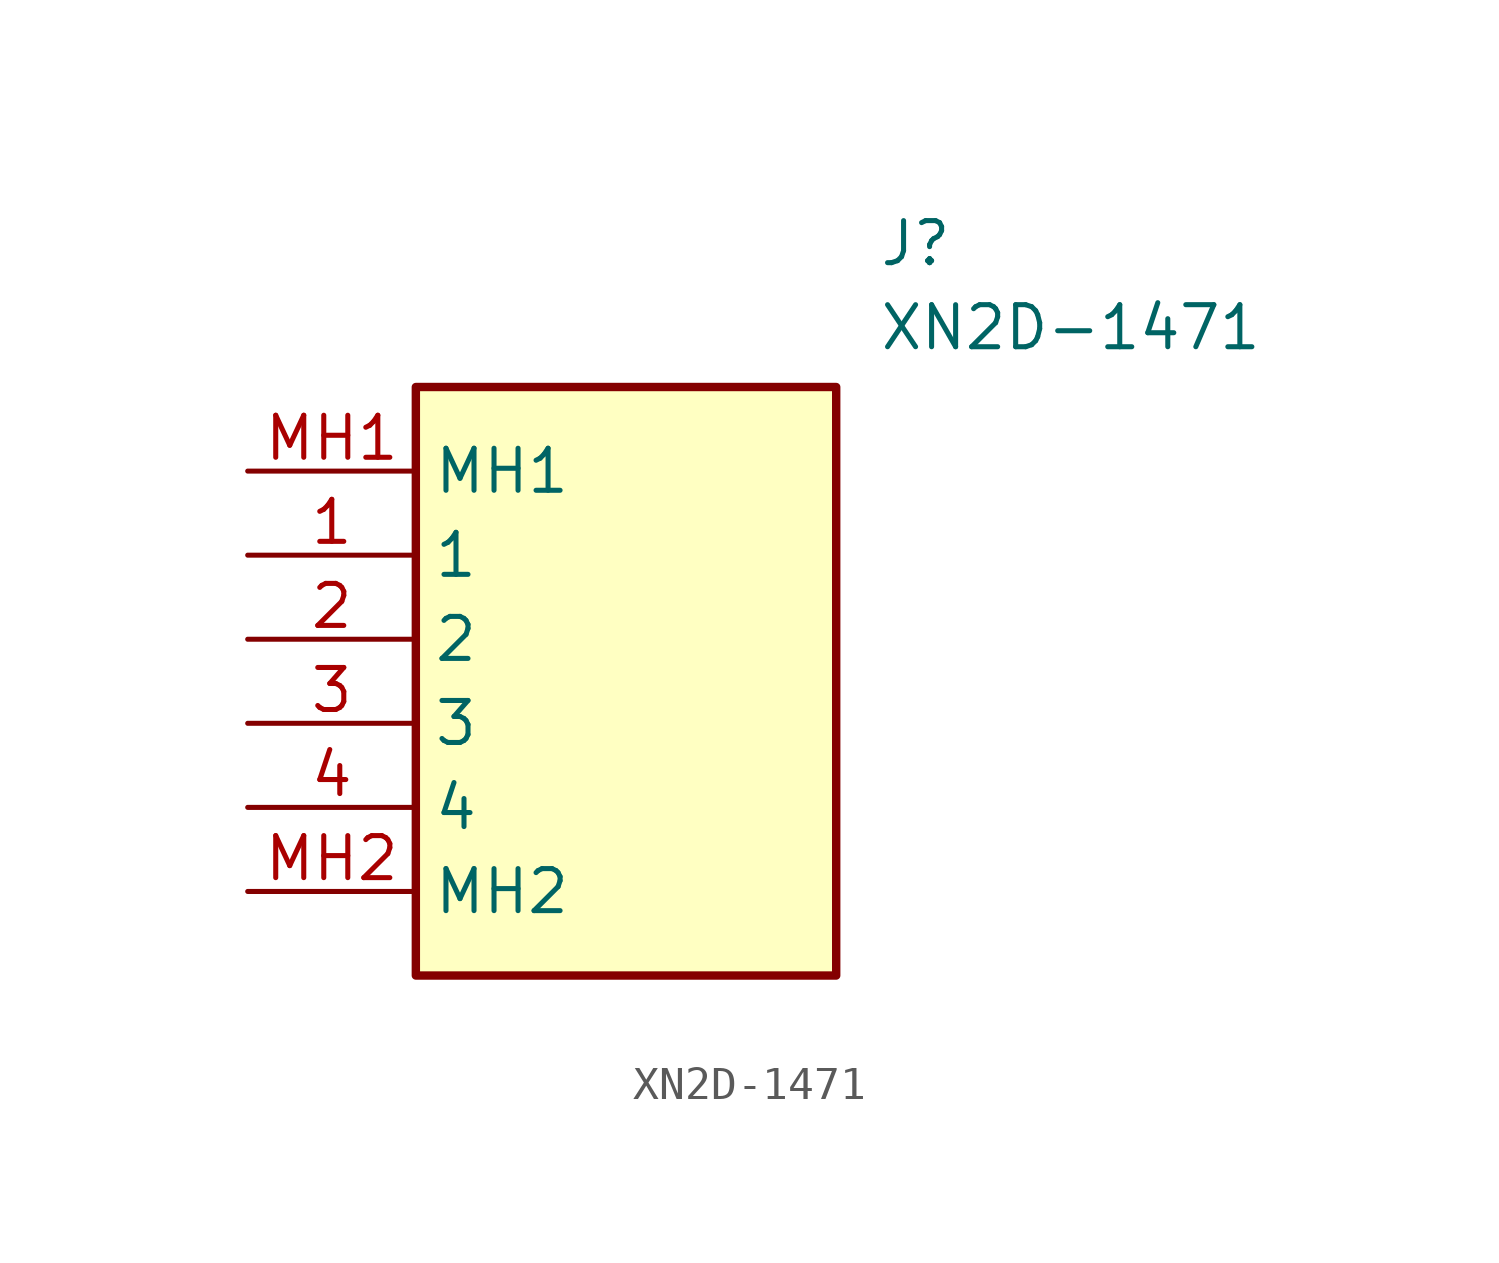
<source format=kicad_sym>
(kicad_symbol_lib
  (version 20211014)
  (generator SamacSys_ECAD_Model)
  (symbol "XN2D-1471"
    (property "Reference" "J"
      (at 19.05 7.62 0)
      (effects (font (size 1.27 1.27)) (justify left top)))
    (property "Value" "XN2D-1471"
      (at 19.05 5.08 0)
      (effects (font (size 1.27 1.27)) (justify left top)))
    (rectangle
      (start 5.08 2.54)
      (end 17.78 -15.24)
      (stroke (width 0.254) (type default))
      (fill (type background)))
    (pin passive line
      (at 0 -2.54 0)
      (length 5.08)
      (name "1" (effects (font (size 1.27 1.27))))
      (number "1" (effects (font (size 1.27 1.27)))))
    (pin passive line
      (at 0 -5.08 0)
      (length 5.08)
      (name "2" (effects (font (size 1.27 1.27))))
      (number "2" (effects (font (size 1.27 1.27)))))
    (pin passive line
      (at 0 -7.62 0)
      (length 5.08)
      (name "3" (effects (font (size 1.27 1.27))))
      (number "3" (effects (font (size 1.27 1.27)))))
    (pin passive line
      (at 0 -10.16 0)
      (length 5.08)
      (name "4" (effects (font (size 1.27 1.27))))
      (number "4" (effects (font (size 1.27 1.27)))))
    (pin passive line
      (at 0 0 0)
      (length 5.08)
      (name "MH1" (effects (font (size 1.27 1.27))))
      (number "MH1" (effects (font (size 1.27 1.27)))))
    (pin passive line
      (at 0 -12.7 0)
      (length 5.08)
      (name "MH2" (effects (font (size 1.27 1.27))))
      (number "MH2" (effects (font (size 1.27 1.27)))))))
</source>
